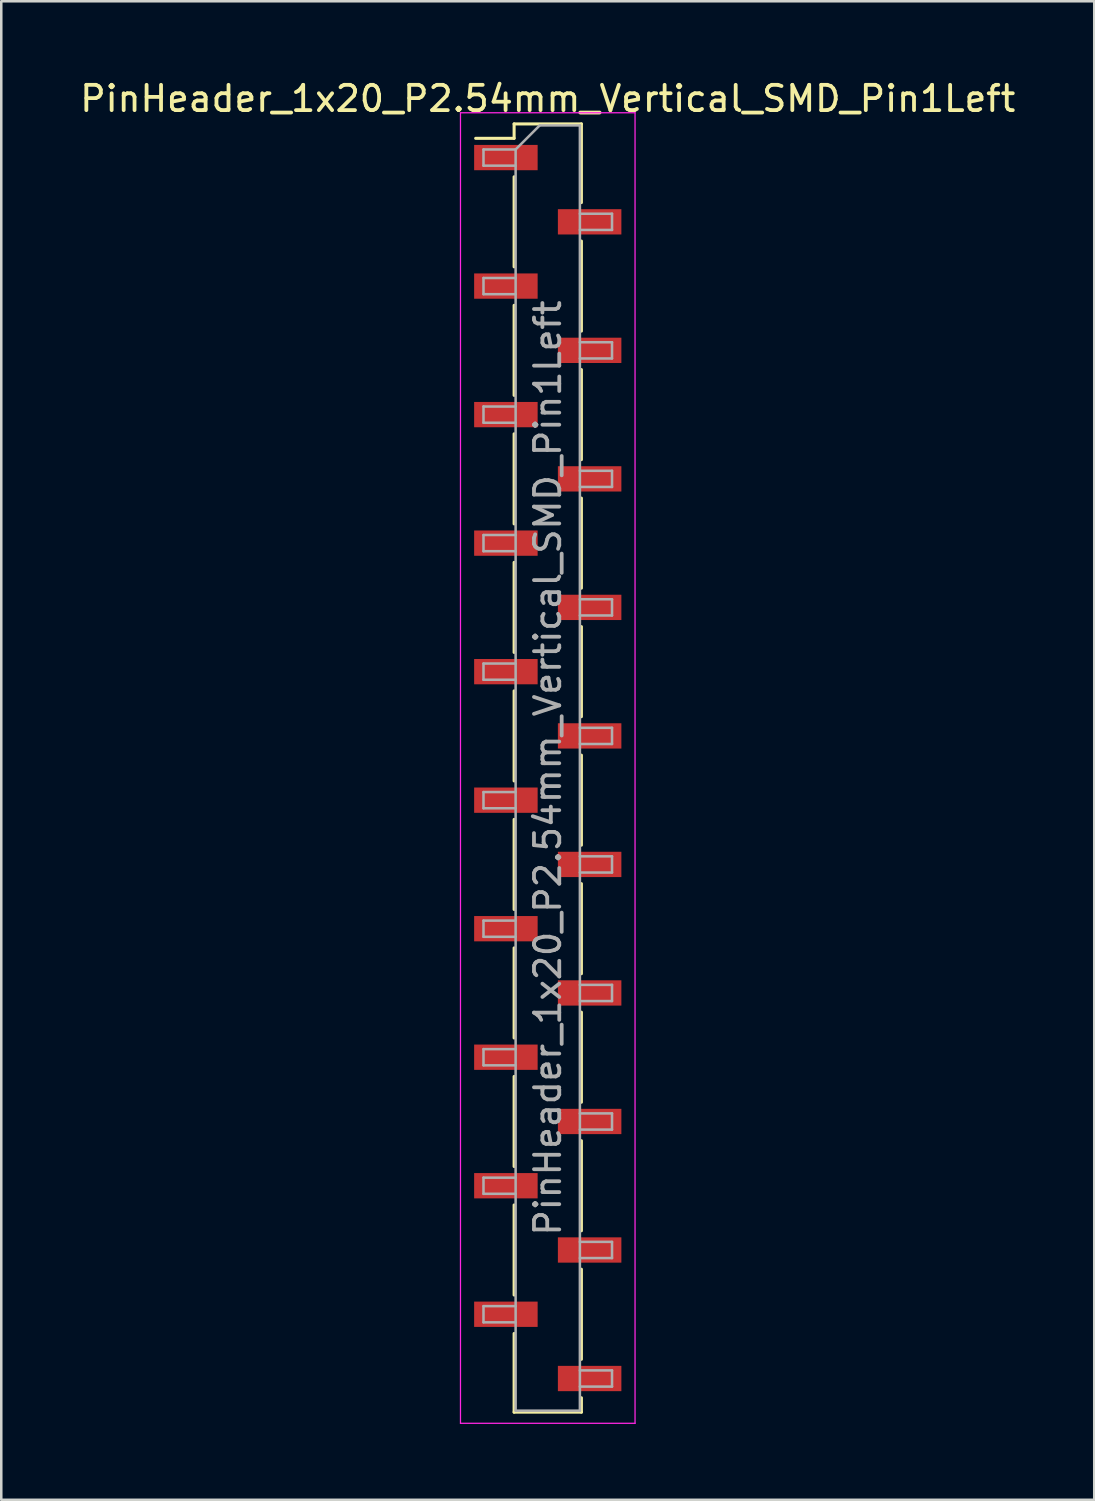
<source format=kicad_pcb>
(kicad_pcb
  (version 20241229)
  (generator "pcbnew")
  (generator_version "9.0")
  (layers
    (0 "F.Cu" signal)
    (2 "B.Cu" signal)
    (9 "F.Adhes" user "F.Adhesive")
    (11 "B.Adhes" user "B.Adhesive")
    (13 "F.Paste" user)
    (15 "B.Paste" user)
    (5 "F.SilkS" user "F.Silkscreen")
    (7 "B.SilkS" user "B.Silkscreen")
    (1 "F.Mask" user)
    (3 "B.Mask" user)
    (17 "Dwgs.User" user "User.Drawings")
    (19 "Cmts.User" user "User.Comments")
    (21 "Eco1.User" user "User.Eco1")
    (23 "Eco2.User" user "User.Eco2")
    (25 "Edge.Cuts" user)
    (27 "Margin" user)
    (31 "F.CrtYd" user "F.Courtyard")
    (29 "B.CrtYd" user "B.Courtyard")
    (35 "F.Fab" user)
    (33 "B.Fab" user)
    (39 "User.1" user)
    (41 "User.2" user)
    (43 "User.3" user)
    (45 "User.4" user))
  (footprint "PinHeader_1x20_P2.54mm_Vertical_SMD_Pin1Left"
    (layer "F.Cu")
    (at 18.601 27.308)
    (property "Reference" "PinHeader_1x20_P2.54mm_Vertical_SMD_Pin1Left" (at 0 -26.46 0) (layer "F.SilkS") (effects (font (size 1 1) (thickness 0.15))))
    (attr smd)
    (fp_line (start -1.33 -25.46) (end -1.33 -24.89) (stroke (width 0.12) (type solid)) (layer "F.SilkS"))
    (fp_line (start -1.33 -25.46) (end 1.33 -25.46) (stroke (width 0.12) (type solid)) (layer "F.SilkS"))
    (fp_line (start -1.33 -24.89) (end -2.85 -24.89) (stroke (width 0.12) (type solid)) (layer "F.SilkS"))
    (fp_line (start -1.33 -23.37) (end -1.33 -19.81) (stroke (width 0.12) (type solid)) (layer "F.SilkS"))
    (fp_line (start -1.33 -18.29) (end -1.33 -14.73) (stroke (width 0.12) (type solid)) (layer "F.SilkS"))
    (fp_line (start -1.33 -13.21) (end -1.33 -9.65) (stroke (width 0.12) (type solid)) (layer "F.SilkS"))
    (fp_line (start -1.33 -8.13) (end -1.33 -4.57) (stroke (width 0.12) (type solid)) (layer "F.SilkS"))
    (fp_line (start -1.33 -3.05) (end -1.33 0.51) (stroke (width 0.12) (type solid)) (layer "F.SilkS"))
    (fp_line (start -1.33 2.03) (end -1.33 5.59) (stroke (width 0.12) (type solid)) (layer "F.SilkS"))
    (fp_line (start -1.33 7.11) (end -1.33 10.67) (stroke (width 0.12) (type solid)) (layer "F.SilkS"))
    (fp_line (start -1.33 12.19) (end -1.33 15.75) (stroke (width 0.12) (type solid)) (layer "F.SilkS"))
    (fp_line (start -1.33 17.27) (end -1.33 20.83) (stroke (width 0.12) (type solid)) (layer "F.SilkS"))
    (fp_line (start -1.33 22.35) (end -1.33 25.46) (stroke (width 0.12) (type solid)) (layer "F.SilkS"))
    (fp_line (start -1.33 25.46) (end 1.33 25.46) (stroke (width 0.12) (type solid)) (layer "F.SilkS"))
    (fp_line (start 1.33 -25.46) (end 1.33 -22.35) (stroke (width 0.12) (type solid)) (layer "F.SilkS"))
    (fp_line (start 1.33 -20.83) (end 1.33 -17.27) (stroke (width 0.12) (type solid)) (layer "F.SilkS"))
    (fp_line (start 1.33 -15.75) (end 1.33 -12.19) (stroke (width 0.12) (type solid)) (layer "F.SilkS"))
    (fp_line (start 1.33 -10.67) (end 1.33 -7.11) (stroke (width 0.12) (type solid)) (layer "F.SilkS"))
    (fp_line (start 1.33 -5.59) (end 1.33 -2.03) (stroke (width 0.12) (type solid)) (layer "F.SilkS"))
    (fp_line (start 1.33 -0.51) (end 1.33 3.05) (stroke (width 0.12) (type solid)) (layer "F.SilkS"))
    (fp_line (start 1.33 4.57) (end 1.33 8.13) (stroke (width 0.12) (type solid)) (layer "F.SilkS"))
    (fp_line (start 1.33 9.65) (end 1.33 13.21) (stroke (width 0.12) (type solid)) (layer "F.SilkS"))
    (fp_line (start 1.33 14.73) (end 1.33 18.29) (stroke (width 0.12) (type solid)) (layer "F.SilkS"))
    (fp_line (start 1.33 19.81) (end 1.33 23.37) (stroke (width 0.12) (type solid)) (layer "F.SilkS"))
    (fp_line (start 1.33 24.89) (end 1.33 25.46) (stroke (width 0.12) (type solid)) (layer "F.SilkS"))
    (fp_line (start -3.45 -25.9) (end -3.45 25.9) (stroke (width 0.05) (type solid)) (layer "F.CrtYd"))
    (fp_line (start -3.45 25.9) (end 3.45 25.9) (stroke (width 0.05) (type solid)) (layer "F.CrtYd"))
    (fp_line (start 3.45 -25.9) (end -3.45 -25.9) (stroke (width 0.05) (type solid)) (layer "F.CrtYd"))
    (fp_line (start 3.45 25.9) (end 3.45 -25.9) (stroke (width 0.05) (type solid)) (layer "F.CrtYd"))
    (fp_line (start -2.54 -24.45) (end -2.54 -23.81) (stroke (width 0.1) (type solid)) (layer "F.Fab"))
    (fp_line (start -2.54 -23.81) (end -1.27 -23.81) (stroke (width 0.1) (type solid)) (layer "F.Fab"))
    (fp_line (start -2.54 -19.37) (end -2.54 -18.73) (stroke (width 0.1) (type solid)) (layer "F.Fab"))
    (fp_line (start -2.54 -18.73) (end -1.27 -18.73) (stroke (width 0.1) (type solid)) (layer "F.Fab"))
    (fp_line (start -2.54 -14.29) (end -2.54 -13.65) (stroke (width 0.1) (type solid)) (layer "F.Fab"))
    (fp_line (start -2.54 -13.65) (end -1.27 -13.65) (stroke (width 0.1) (type solid)) (layer "F.Fab"))
    (fp_line (start -2.54 -9.21) (end -2.54 -8.57) (stroke (width 0.1) (type solid)) (layer "F.Fab"))
    (fp_line (start -2.54 -8.57) (end -1.27 -8.57) (stroke (width 0.1) (type solid)) (layer "F.Fab"))
    (fp_line (start -2.54 -4.13) (end -2.54 -3.49) (stroke (width 0.1) (type solid)) (layer "F.Fab"))
    (fp_line (start -2.54 -3.49) (end -1.27 -3.49) (stroke (width 0.1) (type solid)) (layer "F.Fab"))
    (fp_line (start -2.54 0.95) (end -2.54 1.59) (stroke (width 0.1) (type solid)) (layer "F.Fab"))
    (fp_line (start -2.54 1.59) (end -1.27 1.59) (stroke (width 0.1) (type solid)) (layer "F.Fab"))
    (fp_line (start -2.54 6.03) (end -2.54 6.67) (stroke (width 0.1) (type solid)) (layer "F.Fab"))
    (fp_line (start -2.54 6.67) (end -1.27 6.67) (stroke (width 0.1) (type solid)) (layer "F.Fab"))
    (fp_line (start -2.54 11.11) (end -2.54 11.75) (stroke (width 0.1) (type solid)) (layer "F.Fab"))
    (fp_line (start -2.54 11.75) (end -1.27 11.75) (stroke (width 0.1) (type solid)) (layer "F.Fab"))
    (fp_line (start -2.54 16.19) (end -2.54 16.83) (stroke (width 0.1) (type solid)) (layer "F.Fab"))
    (fp_line (start -2.54 16.83) (end -1.27 16.83) (stroke (width 0.1) (type solid)) (layer "F.Fab"))
    (fp_line (start -2.54 21.27) (end -2.54 21.91) (stroke (width 0.1) (type solid)) (layer "F.Fab"))
    (fp_line (start -2.54 21.91) (end -1.27 21.91) (stroke (width 0.1) (type solid)) (layer "F.Fab"))
    (fp_line (start -1.27 -24.45) (end -2.54 -24.45) (stroke (width 0.1) (type solid)) (layer "F.Fab"))
    (fp_line (start -1.27 -24.45) (end -0.32 -25.4) (stroke (width 0.1) (type solid)) (layer "F.Fab"))
    (fp_line (start -1.27 -19.37) (end -2.54 -19.37) (stroke (width 0.1) (type solid)) (layer "F.Fab"))
    (fp_line (start -1.27 -14.29) (end -2.54 -14.29) (stroke (width 0.1) (type solid)) (layer "F.Fab"))
    (fp_line (start -1.27 -9.21) (end -2.54 -9.21) (stroke (width 0.1) (type solid)) (layer "F.Fab"))
    (fp_line (start -1.27 -4.13) (end -2.54 -4.13) (stroke (width 0.1) (type solid)) (layer "F.Fab"))
    (fp_line (start -1.27 0.95) (end -2.54 0.95) (stroke (width 0.1) (type solid)) (layer "F.Fab"))
    (fp_line (start -1.27 6.03) (end -2.54 6.03) (stroke (width 0.1) (type solid)) (layer "F.Fab"))
    (fp_line (start -1.27 11.11) (end -2.54 11.11) (stroke (width 0.1) (type solid)) (layer "F.Fab"))
    (fp_line (start -1.27 16.19) (end -2.54 16.19) (stroke (width 0.1) (type solid)) (layer "F.Fab"))
    (fp_line (start -1.27 21.27) (end -2.54 21.27) (stroke (width 0.1) (type solid)) (layer "F.Fab"))
    (fp_line (start -1.27 25.4) (end -1.27 -24.45) (stroke (width 0.1) (type solid)) (layer "F.Fab"))
    (fp_line (start -0.32 -25.4) (end 1.27 -25.4) (stroke (width 0.1) (type solid)) (layer "F.Fab"))
    (fp_line (start 1.27 -25.4) (end 1.27 25.4) (stroke (width 0.1) (type solid)) (layer "F.Fab"))
    (fp_line (start 1.27 -21.91) (end 2.54 -21.91) (stroke (width 0.1) (type solid)) (layer "F.Fab"))
    (fp_line (start 1.27 -16.83) (end 2.54 -16.83) (stroke (width 0.1) (type solid)) (layer "F.Fab"))
    (fp_line (start 1.27 -11.75) (end 2.54 -11.75) (stroke (width 0.1) (type solid)) (layer "F.Fab"))
    (fp_line (start 1.27 -6.67) (end 2.54 -6.67) (stroke (width 0.1) (type solid)) (layer "F.Fab"))
    (fp_line (start 1.27 -1.59) (end 2.54 -1.59) (stroke (width 0.1) (type solid)) (layer "F.Fab"))
    (fp_line (start 1.27 3.49) (end 2.54 3.49) (stroke (width 0.1) (type solid)) (layer "F.Fab"))
    (fp_line (start 1.27 8.57) (end 2.54 8.57) (stroke (width 0.1) (type solid)) (layer "F.Fab"))
    (fp_line (start 1.27 13.65) (end 2.54 13.65) (stroke (width 0.1) (type solid)) (layer "F.Fab"))
    (fp_line (start 1.27 18.73) (end 2.54 18.73) (stroke (width 0.1) (type solid)) (layer "F.Fab"))
    (fp_line (start 1.27 23.81) (end 2.54 23.81) (stroke (width 0.1) (type solid)) (layer "F.Fab"))
    (fp_line (start 1.27 25.4) (end -1.27 25.4) (stroke (width 0.1) (type solid)) (layer "F.Fab"))
    (fp_line (start 2.54 -21.91) (end 2.54 -21.27) (stroke (width 0.1) (type solid)) (layer "F.Fab"))
    (fp_line (start 2.54 -21.27) (end 1.27 -21.27) (stroke (width 0.1) (type solid)) (layer "F.Fab"))
    (fp_line (start 2.54 -16.83) (end 2.54 -16.19) (stroke (width 0.1) (type solid)) (layer "F.Fab"))
    (fp_line (start 2.54 -16.19) (end 1.27 -16.19) (stroke (width 0.1) (type solid)) (layer "F.Fab"))
    (fp_line (start 2.54 -11.75) (end 2.54 -11.11) (stroke (width 0.1) (type solid)) (layer "F.Fab"))
    (fp_line (start 2.54 -11.11) (end 1.27 -11.11) (stroke (width 0.1) (type solid)) (layer "F.Fab"))
    (fp_line (start 2.54 -6.67) (end 2.54 -6.03) (stroke (width 0.1) (type solid)) (layer "F.Fab"))
    (fp_line (start 2.54 -6.03) (end 1.27 -6.03) (stroke (width 0.1) (type solid)) (layer "F.Fab"))
    (fp_line (start 2.54 -1.59) (end 2.54 -0.95) (stroke (width 0.1) (type solid)) (layer "F.Fab"))
    (fp_line (start 2.54 -0.95) (end 1.27 -0.95) (stroke (width 0.1) (type solid)) (layer "F.Fab"))
    (fp_line (start 2.54 3.49) (end 2.54 4.13) (stroke (width 0.1) (type solid)) (layer "F.Fab"))
    (fp_line (start 2.54 4.13) (end 1.27 4.13) (stroke (width 0.1) (type solid)) (layer "F.Fab"))
    (fp_line (start 2.54 8.57) (end 2.54 9.21) (stroke (width 0.1) (type solid)) (layer "F.Fab"))
    (fp_line (start 2.54 9.21) (end 1.27 9.21) (stroke (width 0.1) (type solid)) (layer "F.Fab"))
    (fp_line (start 2.54 13.65) (end 2.54 14.29) (stroke (width 0.1) (type solid)) (layer "F.Fab"))
    (fp_line (start 2.54 14.29) (end 1.27 14.29) (stroke (width 0.1) (type solid)) (layer "F.Fab"))
    (fp_line (start 2.54 18.73) (end 2.54 19.37) (stroke (width 0.1) (type solid)) (layer "F.Fab"))
    (fp_line (start 2.54 19.37) (end 1.27 19.37) (stroke (width 0.1) (type solid)) (layer "F.Fab"))
    (fp_line (start 2.54 23.81) (end 2.54 24.45) (stroke (width 0.1) (type solid)) (layer "F.Fab"))
    (fp_line (start 2.54 24.45) (end 1.27 24.45) (stroke (width 0.1) (type solid)) (layer "F.Fab"))
    (fp_text user "${REFERENCE}" (at 0 0 90) (layer "F.Fab") (effects (font (size 1 1) (thickness 0.15))))
    (pad "1" smd rect (at -1.655 -24.13) (size 2.51 1) (layers "F.Cu" "F.Mask" "F.Paste"))
    (pad "2" smd rect (at 1.655 -21.59) (size 2.51 1) (layers "F.Cu" "F.Mask" "F.Paste"))
    (pad "3" smd rect (at -1.655 -19.05) (size 2.51 1) (layers "F.Cu" "F.Mask" "F.Paste"))
    (pad "4" smd rect (at 1.655 -16.51) (size 2.51 1) (layers "F.Cu" "F.Mask" "F.Paste"))
    (pad "5" smd rect (at -1.655 -13.97) (size 2.51 1) (layers "F.Cu" "F.Mask" "F.Paste"))
    (pad "6" smd rect (at 1.655 -11.43) (size 2.51 1) (layers "F.Cu" "F.Mask" "F.Paste"))
    (pad "7" smd rect (at -1.655 -8.89) (size 2.51 1) (layers "F.Cu" "F.Mask" "F.Paste"))
    (pad "8" smd rect (at 1.655 -6.35) (size 2.51 1) (layers "F.Cu" "F.Mask" "F.Paste"))
    (pad "9" smd rect (at -1.655 -3.81) (size 2.51 1) (layers "F.Cu" "F.Mask" "F.Paste"))
    (pad "10" smd rect (at 1.655 -1.27) (size 2.51 1) (layers "F.Cu" "F.Mask" "F.Paste"))
    (pad "11" smd rect (at -1.655 1.27) (size 2.51 1) (layers "F.Cu" "F.Mask" "F.Paste"))
    (pad "12" smd rect (at 1.655 3.81) (size 2.51 1) (layers "F.Cu" "F.Mask" "F.Paste"))
    (pad "13" smd rect (at -1.655 6.35) (size 2.51 1) (layers "F.Cu" "F.Mask" "F.Paste"))
    (pad "14" smd rect (at 1.655 8.89) (size 2.51 1) (layers "F.Cu" "F.Mask" "F.Paste"))
    (pad "15" smd rect (at -1.655 11.43) (size 2.51 1) (layers "F.Cu" "F.Mask" "F.Paste"))
    (pad "16" smd rect (at 1.655 13.97) (size 2.51 1) (layers "F.Cu" "F.Mask" "F.Paste"))
    (pad "17" smd rect (at -1.655 16.51) (size 2.51 1) (layers "F.Cu" "F.Mask" "F.Paste"))
    (pad "18" smd rect (at 1.655 19.05) (size 2.51 1) (layers "F.Cu" "F.Mask" "F.Paste"))
    (pad "19" smd rect (at -1.655 21.59) (size 2.51 1) (layers "F.Cu" "F.Mask" "F.Paste"))
    (pad "20" smd rect (at 1.655 24.13) (size 2.51 1) (layers "F.Cu" "F.Mask" "F.Paste")))
  (gr_rect
    (start -3 -3)
    (end 40.202 56.233)
    (stroke (width 0.1) (type default))
    (fill no)
    (layer "Edge.Cuts")))
</source>
